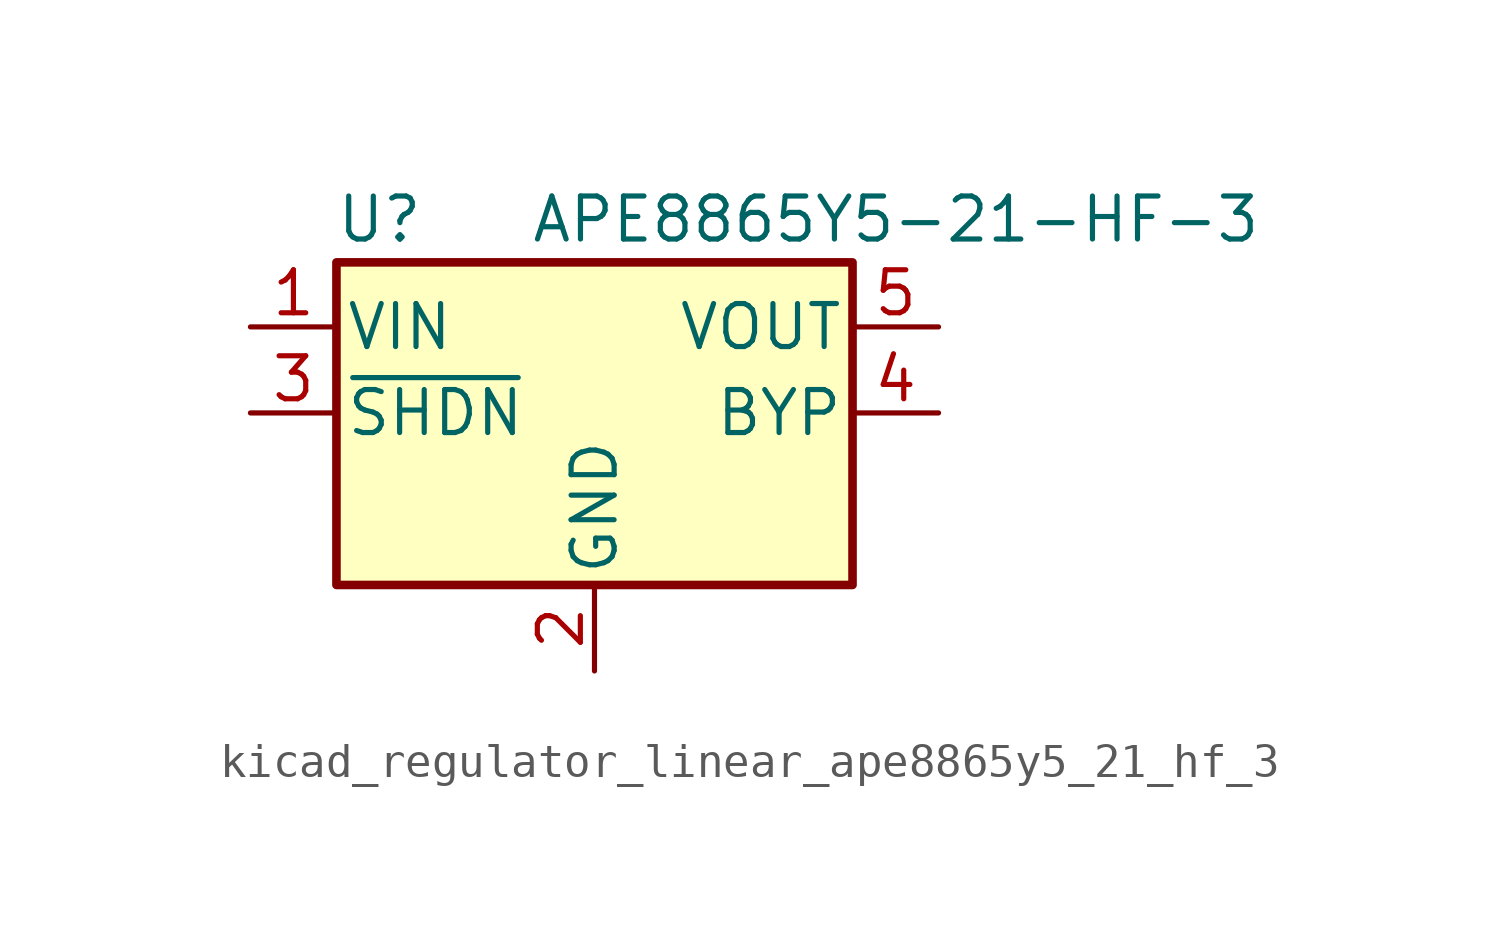
<source format=kicad_sym>
(kicad_symbol_lib
  (version 20220914)
  (generator kicad_symbol_editor)
  (symbol "kicad_regulator_linear_ape8865y5_21_hf_3"
    (pin_names
      (offset 0.254))
    (property "Reference" "U"
      (at -6.35 5.715 0)
      (effects (font (size 1.27 1.27))))
    (property "Value" "APE8865Y5-21-HF-3"
      (at -1.905 5.715 0)
      (effects (font (size 1.27 1.27)) (justify left)))
    (symbol "kicad_regulator_linear_ape8865y5_21_hf_3_0_1"
      (rectangle (start -7.62 4.445) (end 7.62 -5.08) (stroke (width 0.254) (type default)) (fill (type background))))
    (symbol "kicad_regulator_linear_ape8865y5_21_hf_3_1_1"
      (pin power_in line (at -10.16 2.54 0) (length 2.54) (name "VIN" (effects (font (size 1.27 1.27)))) (number "1" (effects (font (size 1.27 1.27)))))
      (pin power_in line (at 0 -7.62 90) (length 2.54) (name "GND" (effects (font (size 1.27 1.27)))) (number "2" (effects (font (size 1.27 1.27)))))
      (pin input line (at -10.16 0 0) (length 2.54) (name "~{SHDN}" (effects (font (size 1.27 1.27)))) (number "3" (effects (font (size 1.27 1.27)))))
      (pin input line (at 10.16 0 180) (length 2.54) (name "BYP" (effects (font (size 1.27 1.27)))) (number "4" (effects (font (size 1.27 1.27)))))
      (pin power_out line (at 10.16 2.54 180) (length 2.54) (name "VOUT" (effects (font (size 1.27 1.27)))) (number "5" (effects (font (size 1.27 1.27))))))))
</source>
